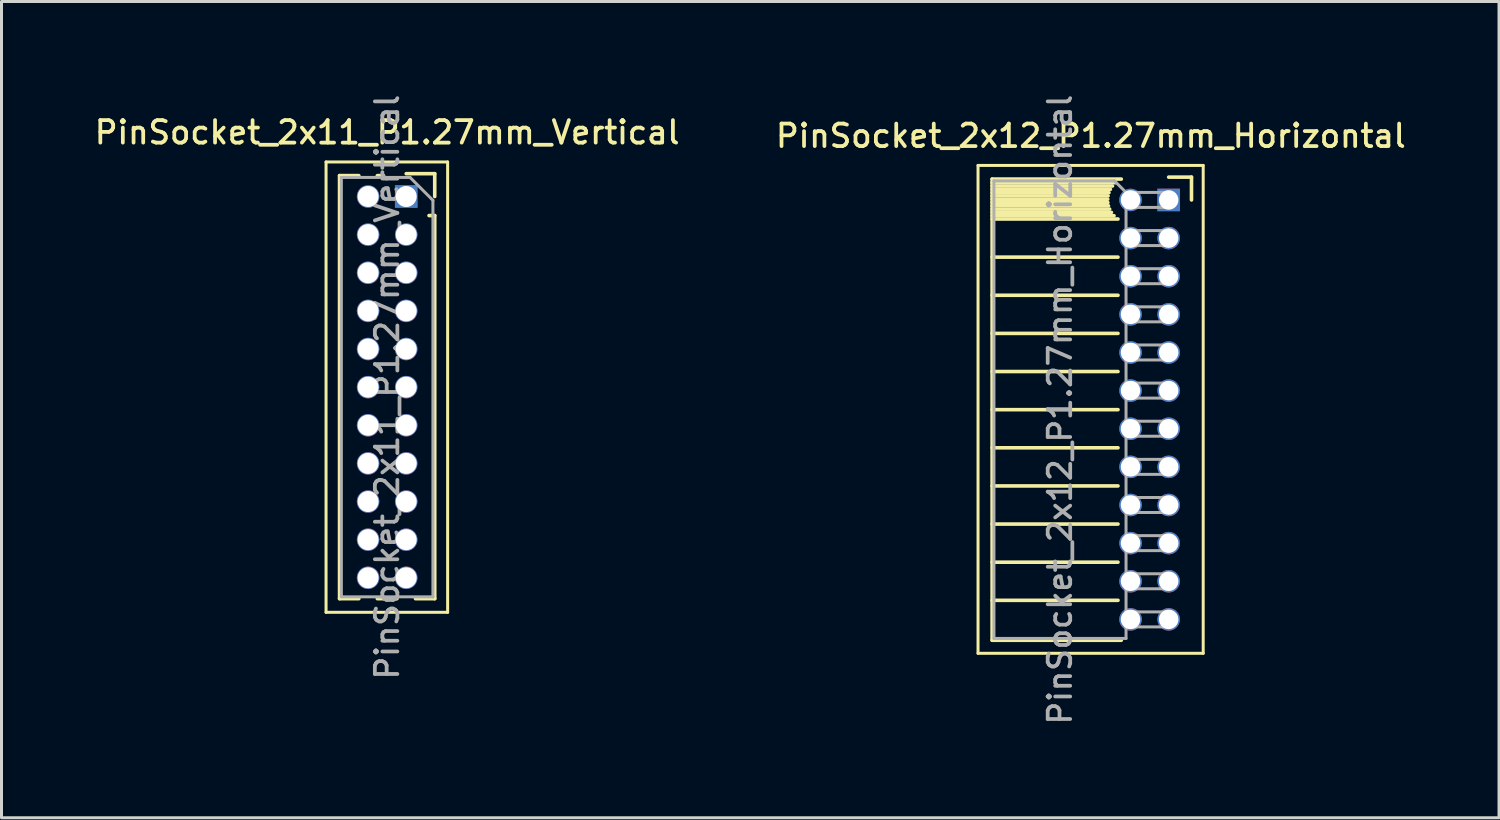
<source format=kicad_pcb>
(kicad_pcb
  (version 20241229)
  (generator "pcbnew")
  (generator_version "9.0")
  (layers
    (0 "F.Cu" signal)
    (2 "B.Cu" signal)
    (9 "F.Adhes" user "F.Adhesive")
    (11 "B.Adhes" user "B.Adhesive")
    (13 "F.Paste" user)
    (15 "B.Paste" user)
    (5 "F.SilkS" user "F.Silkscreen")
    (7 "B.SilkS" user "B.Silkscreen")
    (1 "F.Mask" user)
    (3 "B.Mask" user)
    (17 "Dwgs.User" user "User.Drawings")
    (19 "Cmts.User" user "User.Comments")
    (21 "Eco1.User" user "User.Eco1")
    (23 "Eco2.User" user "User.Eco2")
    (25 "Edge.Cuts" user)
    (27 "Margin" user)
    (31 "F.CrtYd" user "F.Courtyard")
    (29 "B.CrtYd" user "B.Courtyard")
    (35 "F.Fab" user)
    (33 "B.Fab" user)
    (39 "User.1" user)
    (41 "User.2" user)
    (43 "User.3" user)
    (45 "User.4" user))
  (footprint "PinSocket_2x11_P1.27mm_Vertical"
    (layer "F.Cu")
    (at 10.48 3.495)
    (property "Reference" "PinSocket_2x11_P1.27mm_Vertical" (at -0.635 -2.135 0) (layer "F.SilkS") (effects (font (size 0.75 0.75) (thickness 0.125))))
    (attr through_hole)
    (fp_line (start -2.67 -1.15) (end 1.38 -1.15) (stroke (width 0.1) (type solid)) (layer "F.SilkS"))
    (fp_line (start -2.67 13.85) (end -2.67 -1.15) (stroke (width 0.1) (type solid)) (layer "F.SilkS"))
    (fp_line (start -2.22 -0.695) (end -2.22 13.395) (stroke (width 0.12) (type solid)) (layer "F.SilkS"))
    (fp_line (start -2.22 -0.695) (end -1.578 -0.695) (stroke (width 0.12) (type solid)) (layer "F.SilkS"))
    (fp_line (start -2.22 13.395) (end -1.578 13.395) (stroke (width 0.12) (type solid)) (layer "F.SilkS"))
    (fp_line (start -0.962 -0.695) (end -0.76 -0.695) (stroke (width 0.12) (type solid)) (layer "F.SilkS"))
    (fp_line (start -0.962 13.395) (end -0.308 13.395) (stroke (width 0.12) (type solid)) (layer "F.SilkS"))
    (fp_line (start 0 -0.76) (end 0.95 -0.76) (stroke (width 0.12) (type solid)) (layer "F.SilkS"))
    (fp_line (start 0.308 13.395) (end 0.95 13.395) (stroke (width 0.12) (type solid)) (layer "F.SilkS"))
    (fp_line (start 0.76 0.635) (end 0.95 0.635) (stroke (width 0.12) (type solid)) (layer "F.SilkS"))
    (fp_line (start 0.95 -0.76) (end 0.95 0) (stroke (width 0.12) (type solid)) (layer "F.SilkS"))
    (fp_line (start 0.95 0.635) (end 0.95 13.395) (stroke (width 0.12) (type solid)) (layer "F.SilkS"))
    (fp_line (start 1.38 -1.15) (end 1.38 13.85) (stroke (width 0.1) (type solid)) (layer "F.SilkS"))
    (fp_line (start 1.38 13.85) (end -2.67 13.85) (stroke (width 0.1) (type solid)) (layer "F.SilkS"))
    (fp_line (start -2.16 -0.635) (end 0.128 -0.635) (stroke (width 0.1) (type solid)) (layer "F.Fab"))
    (fp_line (start -2.16 13.335) (end -2.16 -0.635) (stroke (width 0.1) (type solid)) (layer "F.Fab"))
    (fp_line (start 0.128 -0.635) (end 0.89 0.128) (stroke (width 0.1) (type solid)) (layer "F.Fab"))
    (fp_line (start 0.89 0.128) (end 0.89 13.335) (stroke (width 0.1) (type solid)) (layer "F.Fab"))
    (fp_line (start 0.89 13.335) (end -2.16 13.335) (stroke (width 0.1) (type solid)) (layer "F.Fab"))
    (fp_text user "${REFERENCE}" (at -0.635 6.35 90) (layer "F.Fab") (effects (font (size 0.75 0.75) (thickness 0.125))))
    (pad "1" thru_hole rect (at 0 0) (size 0.75 0.75) (drill 0.7) (layers "*.Cu" "*.Mask"))
    (pad "2" thru_hole oval (at -1.27 0) (size 0.75 0.75) (drill 0.7) (layers "*.Cu" "*.Mask"))
    (pad "3" thru_hole oval (at 0 1.27) (size 0.75 0.75) (drill 0.7) (layers "*.Cu" "*.Mask"))
    (pad "4" thru_hole oval (at -1.27 1.27) (size 0.75 0.75) (drill 0.7) (layers "*.Cu" "*.Mask"))
    (pad "5" thru_hole oval (at 0 2.54) (size 0.75 0.75) (drill 0.7) (layers "*.Cu" "*.Mask"))
    (pad "6" thru_hole oval (at -1.27 2.54) (size 0.75 0.75) (drill 0.7) (layers "*.Cu" "*.Mask"))
    (pad "7" thru_hole oval (at 0 3.81) (size 0.75 0.75) (drill 0.7) (layers "*.Cu" "*.Mask"))
    (pad "8" thru_hole oval (at -1.27 3.81) (size 0.75 0.75) (drill 0.7) (layers "*.Cu" "*.Mask"))
    (pad "9" thru_hole oval (at 0 5.08) (size 0.75 0.75) (drill 0.7) (layers "*.Cu" "*.Mask"))
    (pad "10" thru_hole oval (at -1.27 5.08) (size 0.75 0.75) (drill 0.7) (layers "*.Cu" "*.Mask"))
    (pad "11" thru_hole oval (at 0 6.35) (size 0.75 0.75) (drill 0.7) (layers "*.Cu" "*.Mask"))
    (pad "12" thru_hole oval (at -1.27 6.35) (size 0.75 0.75) (drill 0.7) (layers "*.Cu" "*.Mask"))
    (pad "13" thru_hole oval (at 0 7.62) (size 0.75 0.75) (drill 0.7) (layers "*.Cu" "*.Mask"))
    (pad "14" thru_hole oval (at -1.27 7.62) (size 0.75 0.75) (drill 0.7) (layers "*.Cu" "*.Mask"))
    (pad "15" thru_hole oval (at 0 8.89) (size 0.75 0.75) (drill 0.7) (layers "*.Cu" "*.Mask"))
    (pad "16" thru_hole oval (at -1.27 8.89) (size 0.75 0.75) (drill 0.7) (layers "*.Cu" "*.Mask"))
    (pad "17" thru_hole oval (at 0 10.16) (size 0.75 0.75) (drill 0.7) (layers "*.Cu" "*.Mask"))
    (pad "18" thru_hole oval (at -1.27 10.16) (size 0.75 0.75) (drill 0.7) (layers "*.Cu" "*.Mask"))
    (pad "19" thru_hole oval (at 0 11.43) (size 0.75 0.75) (drill 0.7) (layers "*.Cu" "*.Mask"))
    (pad "20" thru_hole oval (at -1.27 11.43) (size 0.75 0.75) (drill 0.7) (layers "*.Cu" "*.Mask"))
    (pad "21" thru_hole oval (at 0 12.7) (size 0.75 0.75) (drill 0.7) (layers "*.Cu" "*.Mask"))
    (pad "22" thru_hole oval (at -1.27 12.7) (size 0.75 0.75) (drill 0.7) (layers "*.Cu" "*.Mask")))
  (footprint "PinSocket_2x12_P1.27mm_Horizontal"
    (layer "F.Cu")
    (at 35.876 3.61)
    (property "Reference" "PinSocket_2x12_P1.27mm_Horizontal" (at -2.592 -2.135 0) (layer "F.SilkS") (effects (font (size 0.75 0.75) (thickness 0.125))))
    (attr through_hole)
    (fp_line (start -6.35 -1.15) (end -6.35 15.1) (stroke (width 0.1) (type solid)) (layer "F.SilkS"))
    (fp_line (start -6.35 15.1) (end 1.15 15.1) (stroke (width 0.1) (type solid)) (layer "F.SilkS"))
    (fp_line (start -5.88 -0.695) (end -5.88 14.665) (stroke (width 0.12) (type solid)) (layer "F.SilkS"))
    (fp_line (start -5.88 -0.695) (end -1.578 -0.695) (stroke (width 0.12) (type solid)) (layer "F.SilkS"))
    (fp_line (start -5.88 -0.575) (end -1.767 -0.575) (stroke (width 0.12) (type solid)) (layer "F.SilkS"))
    (fp_line (start -5.88 -0.465) (end -1.871 -0.465) (stroke (width 0.12) (type solid)) (layer "F.SilkS"))
    (fp_line (start -5.88 -0.355) (end -1.942 -0.355) (stroke (width 0.12) (type solid)) (layer "F.SilkS"))
    (fp_line (start -5.88 -0.245) (end -1.989 -0.245) (stroke (width 0.12) (type solid)) (layer "F.SilkS"))
    (fp_line (start -5.88 -0.135) (end -2.018 -0.135) (stroke (width 0.12) (type solid)) (layer "F.SilkS"))
    (fp_line (start -5.88 -0.025) (end -2.03 -0.025) (stroke (width 0.12) (type solid)) (layer "F.SilkS"))
    (fp_line (start -5.88 0.085) (end -2.025 0.085) (stroke (width 0.12) (type solid)) (layer "F.SilkS"))
    (fp_line (start -5.88 0.195) (end -2.005 0.195) (stroke (width 0.12) (type solid)) (layer "F.SilkS"))
    (fp_line (start -5.88 0.305) (end -1.966 0.305) (stroke (width 0.12) (type solid)) (layer "F.SilkS"))
    (fp_line (start -5.88 0.415) (end -1.907 0.415) (stroke (width 0.12) (type solid)) (layer "F.SilkS"))
    (fp_line (start -5.88 0.525) (end -1.82 0.525) (stroke (width 0.12) (type solid)) (layer "F.SilkS"))
    (fp_line (start -5.88 0.635) (end -1.688 0.635) (stroke (width 0.12) (type solid)) (layer "F.SilkS"))
    (fp_line (start -5.88 1.905) (end -1.688 1.905) (stroke (width 0.12) (type solid)) (layer "F.SilkS"))
    (fp_line (start -5.88 3.175) (end -1.688 3.175) (stroke (width 0.12) (type solid)) (layer "F.SilkS"))
    (fp_line (start -5.88 4.445) (end -1.688 4.445) (stroke (width 0.12) (type solid)) (layer "F.SilkS"))
    (fp_line (start -5.88 5.715) (end -1.688 5.715) (stroke (width 0.12) (type solid)) (layer "F.SilkS"))
    (fp_line (start -5.88 6.985) (end -1.688 6.985) (stroke (width 0.12) (type solid)) (layer "F.SilkS"))
    (fp_line (start -5.88 8.255) (end -1.688 8.255) (stroke (width 0.12) (type solid)) (layer "F.SilkS"))
    (fp_line (start -5.88 9.525) (end -1.688 9.525) (stroke (width 0.12) (type solid)) (layer "F.SilkS"))
    (fp_line (start -5.88 10.795) (end -1.688 10.795) (stroke (width 0.12) (type solid)) (layer "F.SilkS"))
    (fp_line (start -5.88 12.065) (end -1.688 12.065) (stroke (width 0.12) (type solid)) (layer "F.SilkS"))
    (fp_line (start -5.88 13.335) (end -1.688 13.335) (stroke (width 0.12) (type solid)) (layer "F.SilkS"))
    (fp_line (start -5.88 14.665) (end -1.578 14.665) (stroke (width 0.12) (type solid)) (layer "F.SilkS"))
    (fp_line (start 0 -0.76) (end 0.76 -0.76) (stroke (width 0.12) (type solid)) (layer "F.SilkS"))
    (fp_line (start 0.76 -0.76) (end 0.76 0) (stroke (width 0.12) (type solid)) (layer "F.SilkS"))
    (fp_line (start 1.15 -1.15) (end -6.35 -1.15) (stroke (width 0.1) (type solid)) (layer "F.SilkS"))
    (fp_line (start 1.15 15.1) (end 1.15 -1.15) (stroke (width 0.1) (type solid)) (layer "F.SilkS"))
    (fp_line (start -5.82 -0.635) (end -1.805 -0.635) (stroke (width 0.1) (type solid)) (layer "F.Fab"))
    (fp_line (start -5.82 14.605) (end -5.82 -0.635) (stroke (width 0.1) (type solid)) (layer "F.Fab"))
    (fp_line (start -1.805 -0.635) (end -1.42 -0.25) (stroke (width 0.1) (type solid)) (layer "F.Fab"))
    (fp_line (start -1.42 -0.25) (end -1.42 14.605) (stroke (width 0.1) (type solid)) (layer "F.Fab"))
    (fp_line (start -1.42 0.25) (end 0 0.25) (stroke (width 0.1) (type solid)) (layer "F.Fab"))
    (fp_line (start -1.42 1.52) (end 0 1.52) (stroke (width 0.1) (type solid)) (layer "F.Fab"))
    (fp_line (start -1.42 2.79) (end 0 2.79) (stroke (width 0.1) (type solid)) (layer "F.Fab"))
    (fp_line (start -1.42 4.06) (end 0 4.06) (stroke (width 0.1) (type solid)) (layer "F.Fab"))
    (fp_line (start -1.42 5.33) (end 0 5.33) (stroke (width 0.1) (type solid)) (layer "F.Fab"))
    (fp_line (start -1.42 6.6) (end 0 6.6) (stroke (width 0.1) (type solid)) (layer "F.Fab"))
    (fp_line (start -1.42 7.87) (end 0 7.87) (stroke (width 0.1) (type solid)) (layer "F.Fab"))
    (fp_line (start -1.42 9.14) (end 0 9.14) (stroke (width 0.1) (type solid)) (layer "F.Fab"))
    (fp_line (start -1.42 10.41) (end 0 10.41) (stroke (width 0.1) (type solid)) (layer "F.Fab"))
    (fp_line (start -1.42 11.68) (end 0 11.68) (stroke (width 0.1) (type solid)) (layer "F.Fab"))
    (fp_line (start -1.42 12.95) (end 0 12.95) (stroke (width 0.1) (type solid)) (layer "F.Fab"))
    (fp_line (start -1.42 14.22) (end 0 14.22) (stroke (width 0.1) (type solid)) (layer "F.Fab"))
    (fp_line (start -1.42 14.605) (end -5.82 14.605) (stroke (width 0.1) (type solid)) (layer "F.Fab"))
    (fp_line (start 0 -0.25) (end -1.42 -0.25) (stroke (width 0.1) (type solid)) (layer "F.Fab"))
    (fp_line (start 0 0.25) (end 0 -0.25) (stroke (width 0.1) (type solid)) (layer "F.Fab"))
    (fp_line (start 0 1.02) (end -1.42 1.02) (stroke (width 0.1) (type solid)) (layer "F.Fab"))
    (fp_line (start 0 1.52) (end 0 1.02) (stroke (width 0.1) (type solid)) (layer "F.Fab"))
    (fp_line (start 0 2.29) (end -1.42 2.29) (stroke (width 0.1) (type solid)) (layer "F.Fab"))
    (fp_line (start 0 2.79) (end 0 2.29) (stroke (width 0.1) (type solid)) (layer "F.Fab"))
    (fp_line (start 0 3.56) (end -1.42 3.56) (stroke (width 0.1) (type solid)) (layer "F.Fab"))
    (fp_line (start 0 4.06) (end 0 3.56) (stroke (width 0.1) (type solid)) (layer "F.Fab"))
    (fp_line (start 0 4.83) (end -1.42 4.83) (stroke (width 0.1) (type solid)) (layer "F.Fab"))
    (fp_line (start 0 5.33) (end 0 4.83) (stroke (width 0.1) (type solid)) (layer "F.Fab"))
    (fp_line (start 0 6.1) (end -1.42 6.1) (stroke (width 0.1) (type solid)) (layer "F.Fab"))
    (fp_line (start 0 6.6) (end 0 6.1) (stroke (width 0.1) (type solid)) (layer "F.Fab"))
    (fp_line (start 0 7.37) (end -1.42 7.37) (stroke (width 0.1) (type solid)) (layer "F.Fab"))
    (fp_line (start 0 7.87) (end 0 7.37) (stroke (width 0.1) (type solid)) (layer "F.Fab"))
    (fp_line (start 0 8.64) (end -1.42 8.64) (stroke (width 0.1) (type solid)) (layer "F.Fab"))
    (fp_line (start 0 9.14) (end 0 8.64) (stroke (width 0.1) (type solid)) (layer "F.Fab"))
    (fp_line (start 0 9.91) (end -1.42 9.91) (stroke (width 0.1) (type solid)) (layer "F.Fab"))
    (fp_line (start 0 10.41) (end 0 9.91) (stroke (width 0.1) (type solid)) (layer "F.Fab"))
    (fp_line (start 0 11.18) (end -1.42 11.18) (stroke (width 0.1) (type solid)) (layer "F.Fab"))
    (fp_line (start 0 11.68) (end 0 11.18) (stroke (width 0.1) (type solid)) (layer "F.Fab"))
    (fp_line (start 0 12.45) (end -1.42 12.45) (stroke (width 0.1) (type solid)) (layer "F.Fab"))
    (fp_line (start 0 12.95) (end 0 12.45) (stroke (width 0.1) (type solid)) (layer "F.Fab"))
    (fp_line (start 0 13.72) (end -1.42 13.72) (stroke (width 0.1) (type solid)) (layer "F.Fab"))
    (fp_line (start 0 14.22) (end 0 13.72) (stroke (width 0.1) (type solid)) (layer "F.Fab"))
    (fp_text user "${REFERENCE}" (at -3.62 6.985 90) (layer "F.Fab") (effects (font (size 0.75 0.75) (thickness 0.125))))
    (pad "1" thru_hole rect (at 0 0) (size 0.75 0.75) (drill 0.65) (layers "*.Cu" "*.Mask"))
    (pad "2" thru_hole oval (at -1.27 0) (size 0.75 0.75) (drill 0.65) (layers "*.Cu" "*.Mask"))
    (pad "3" thru_hole oval (at 0 1.27) (size 0.75 0.75) (drill 0.65) (layers "*.Cu" "*.Mask"))
    (pad "4" thru_hole oval (at -1.27 1.27) (size 0.75 0.75) (drill 0.65) (layers "*.Cu" "*.Mask"))
    (pad "5" thru_hole oval (at 0 2.54) (size 0.75 0.75) (drill 0.65) (layers "*.Cu" "*.Mask"))
    (pad "6" thru_hole oval (at -1.27 2.54) (size 0.75 0.75) (drill 0.65) (layers "*.Cu" "*.Mask"))
    (pad "7" thru_hole oval (at 0 3.81) (size 0.75 0.75) (drill 0.65) (layers "*.Cu" "*.Mask"))
    (pad "8" thru_hole oval (at -1.27 3.81) (size 0.75 0.75) (drill 0.65) (layers "*.Cu" "*.Mask"))
    (pad "9" thru_hole oval (at 0 5.08) (size 0.75 0.75) (drill 0.65) (layers "*.Cu" "*.Mask"))
    (pad "10" thru_hole oval (at -1.27 5.08) (size 0.75 0.75) (drill 0.65) (layers "*.Cu" "*.Mask"))
    (pad "11" thru_hole oval (at 0 6.35) (size 0.75 0.75) (drill 0.65) (layers "*.Cu" "*.Mask"))
    (pad "12" thru_hole oval (at -1.27 6.35) (size 0.75 0.75) (drill 0.65) (layers "*.Cu" "*.Mask"))
    (pad "13" thru_hole oval (at 0 7.62) (size 0.75 0.75) (drill 0.65) (layers "*.Cu" "*.Mask"))
    (pad "14" thru_hole oval (at -1.27 7.62) (size 0.75 0.75) (drill 0.65) (layers "*.Cu" "*.Mask"))
    (pad "15" thru_hole oval (at 0 8.89) (size 0.75 0.75) (drill 0.65) (layers "*.Cu" "*.Mask"))
    (pad "16" thru_hole oval (at -1.27 8.89) (size 0.75 0.75) (drill 0.65) (layers "*.Cu" "*.Mask"))
    (pad "17" thru_hole oval (at 0 10.16) (size 0.75 0.75) (drill 0.65) (layers "*.Cu" "*.Mask"))
    (pad "18" thru_hole oval (at -1.27 10.16) (size 0.75 0.75) (drill 0.65) (layers "*.Cu" "*.Mask"))
    (pad "19" thru_hole oval (at 0 11.43) (size 0.75 0.75) (drill 0.65) (layers "*.Cu" "*.Mask"))
    (pad "20" thru_hole oval (at -1.27 11.43) (size 0.75 0.75) (drill 0.65) (layers "*.Cu" "*.Mask"))
    (pad "21" thru_hole oval (at 0 12.7) (size 0.75 0.75) (drill 0.65) (layers "*.Cu" "*.Mask"))
    (pad "22" thru_hole oval (at -1.27 12.7) (size 0.75 0.75) (drill 0.65) (layers "*.Cu" "*.Mask"))
    (pad "23" thru_hole oval (at 0 13.97) (size 0.75 0.75) (drill 0.65) (layers "*.Cu" "*.Mask"))
    (pad "24" thru_hole oval (at -1.27 13.97) (size 0.75 0.75) (drill 0.65) (layers "*.Cu" "*.Mask")))
  (gr_rect
    (start -3 -3)
    (end 46.879 24.189)
    (stroke (width 0.1) (type default))
    (fill no)
    (layer "Edge.Cuts")))
</source>
